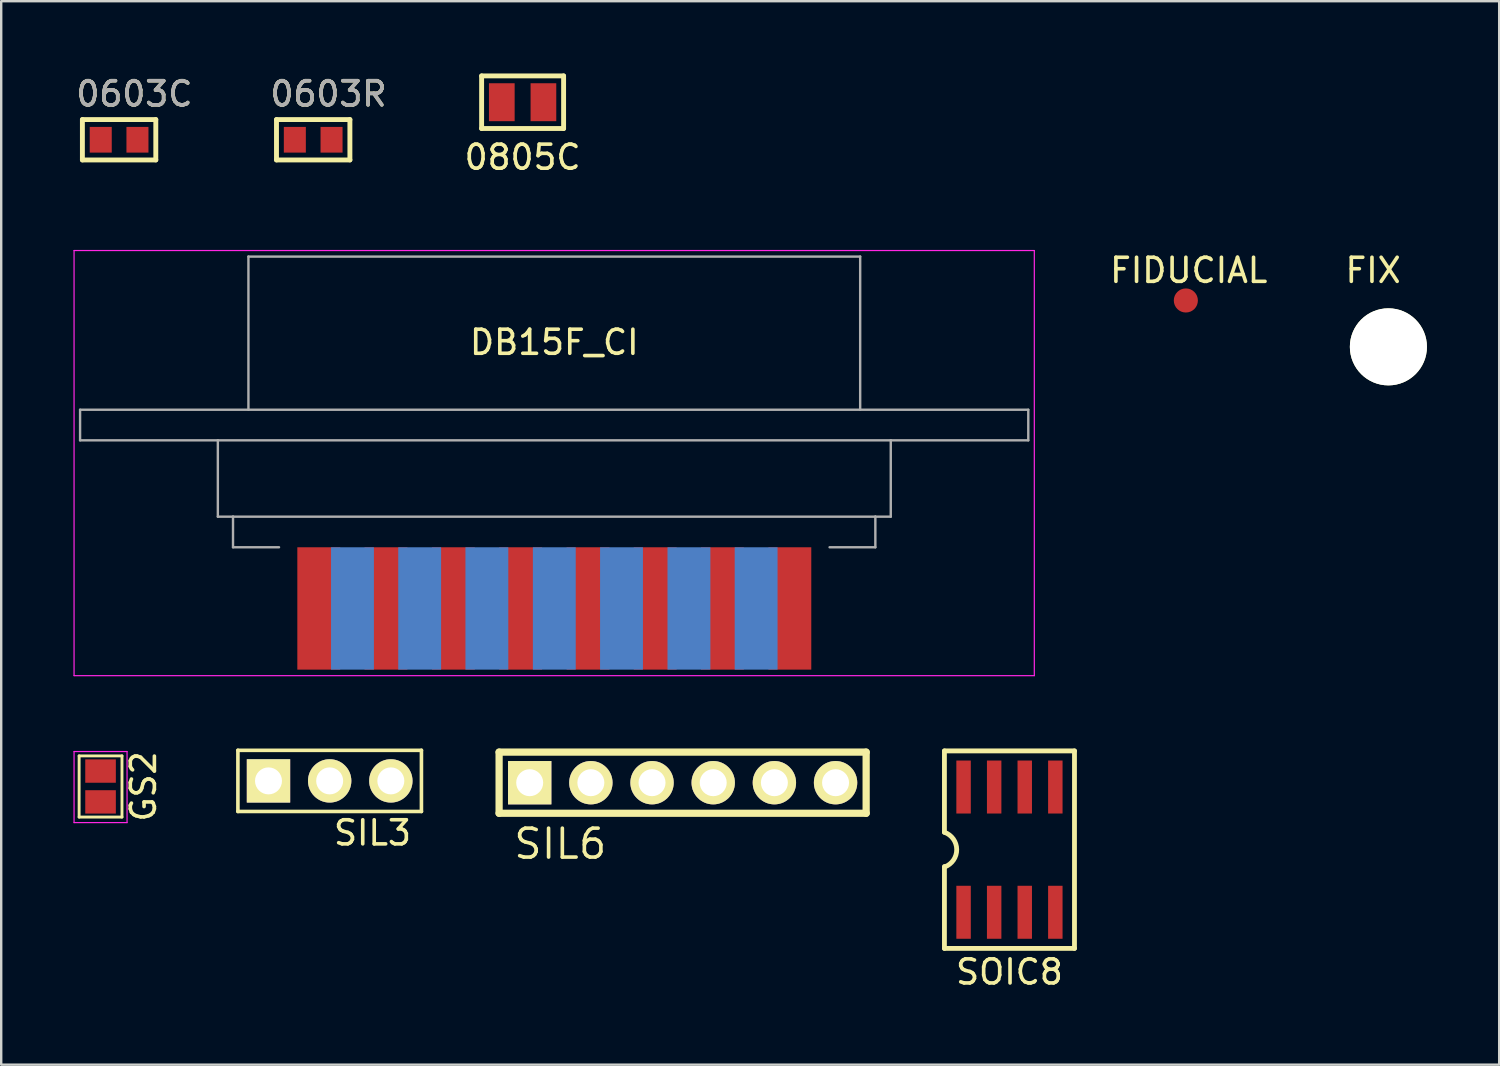
<source format=kicad_pcb>
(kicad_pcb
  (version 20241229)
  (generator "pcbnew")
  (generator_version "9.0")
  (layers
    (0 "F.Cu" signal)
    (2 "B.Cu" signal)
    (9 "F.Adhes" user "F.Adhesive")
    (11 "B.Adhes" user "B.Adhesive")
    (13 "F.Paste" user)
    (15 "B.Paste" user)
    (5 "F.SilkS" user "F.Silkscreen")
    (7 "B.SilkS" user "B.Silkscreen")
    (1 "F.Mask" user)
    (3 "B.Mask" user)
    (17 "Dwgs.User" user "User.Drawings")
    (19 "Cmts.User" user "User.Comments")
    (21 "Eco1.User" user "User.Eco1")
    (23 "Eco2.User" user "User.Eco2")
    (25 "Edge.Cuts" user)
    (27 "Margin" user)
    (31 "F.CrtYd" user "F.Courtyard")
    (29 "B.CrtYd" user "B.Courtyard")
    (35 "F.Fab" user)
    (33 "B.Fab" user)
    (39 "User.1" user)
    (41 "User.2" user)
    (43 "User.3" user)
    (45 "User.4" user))
  (footprint "SIL6"
    (layer "F.Cu")
    (at 18.943 29.448)
    (property "Reference" "SIL6" (at 1.27 2.54 0) (layer "F.SilkS") (effects (font (size 1.2 1.2) (thickness 0.15))))
    (attr through_hole)
    (fp_line (start -1.27 -1.27) (end 13.97 -1.27) (stroke (width 0.3) (type solid)) (layer "F.SilkS"))
    (fp_line (start -1.27 1.27) (end -1.27 -1.27) (stroke (width 0.3) (type solid)) (layer "F.SilkS"))
    (fp_line (start 13.97 -1.27) (end 13.97 1.27) (stroke (width 0.3) (type solid)) (layer "F.SilkS"))
    (fp_line (start 13.97 1.27) (end -1.27 1.27) (stroke (width 0.3) (type solid)) (layer "F.SilkS"))
    (pad "1" thru_hole rect (at 0 0) (size 1.8 1.8) (drill 1.12) (layers "*.Cu" "*.Mask" "F.SilkS"))
    (pad "2" thru_hole circle (at 2.54 0) (size 1.8 1.8) (drill 1.12) (layers "*.Cu" "*.Mask" "F.SilkS"))
    (pad "3" thru_hole circle (at 5.08 0) (size 1.8 1.8) (drill 1.12) (layers "*.Cu" "*.Mask" "F.SilkS"))
    (pad "4" thru_hole circle (at 7.62 0) (size 1.8 1.8) (drill 1.12) (layers "*.Cu" "*.Mask" "F.SilkS"))
    (pad "5" thru_hole circle (at 10.16 0) (size 1.8 1.8) (drill 1.12) (layers "*.Cu" "*.Mask" "F.SilkS"))
    (pad "6" thru_hole circle (at 12.7 0) (size 1.8 1.8) (drill 1.12) (layers "*.Cu" "*.Mask" "F.SilkS")))
  (footprint "FIX"
    (layer "F.Cu")
    (at 54.597 11.351)
    (property "Reference" "FIX" (at -0.635 -3.175 0) (layer "F.SilkS") (effects (font (size 1 1) (thickness 0.15))))
    (attr through_hole)
    (pad "" np_thru_hole circle (at 0 0) (size 3.2 3.2) (drill 3.2) (layers "*.Cu" "*.Mask" "F.SilkS")))
  (footprint "SIL3"
    (layer "F.Cu")
    (at 8.098 29.373)
    (property "Reference" "SIL3" (at 4.318 2.159 0) (layer "F.SilkS") (effects (font (size 1 1) (thickness 0.15))))
    (attr through_hole)
    (fp_line (start -1.27 -1.27) (end 6.35 -1.27) (stroke (width 0.15) (type solid)) (layer "F.SilkS"))
    (fp_line (start -1.27 1.27) (end -1.27 -1.27) (stroke (width 0.15) (type solid)) (layer "F.SilkS"))
    (fp_line (start 6.35 -1.27) (end 6.35 1.27) (stroke (width 0.15) (type solid)) (layer "F.SilkS"))
    (fp_line (start 6.35 1.27) (end -1.27 1.27) (stroke (width 0.15) (type solid)) (layer "F.SilkS"))
    (pad "1" thru_hole rect (at 0 0) (size 1.8 1.8) (drill 1.12) (layers "*.Cu" "*.Mask" "F.SilkS"))
    (pad "2" thru_hole circle (at 2.54 0) (size 1.8 1.8) (drill 1.12) (layers "*.Cu" "*.Mask" "F.SilkS"))
    (pad "3" thru_hole circle (at 5.08 0) (size 1.8 1.8) (drill 1.12) (layers "*.Cu" "*.Mask" "F.SilkS")))
  (footprint "0603C"
    (layer "F.Cu")
    (at 1.895 2.753)
    (property "Reference" "0603C" (at 0.635 -1.905 0) (layer "F.SilkS") (effects (font (size 1 1) (thickness 0.15))))
    (attr smd)
    (fp_line (start -1.524 -0.838) (end -1.524 0.838) (stroke (width 0.203) (type solid)) (layer "F.SilkS"))
    (fp_line (start -1.524 -0.838) (end 1.524 -0.838) (stroke (width 0.203) (type solid)) (layer "F.SilkS"))
    (fp_line (start -1.524 0.838) (end 1.524 0.838) (stroke (width 0.203) (type solid)) (layer "F.SilkS"))
    (fp_line (start 1.524 -0.838) (end 1.524 0.838) (stroke (width 0.203) (type solid)) (layer "F.SilkS"))
    (fp_text user "${REFERENCE}" (at 0.635 -1.905 0) (layer "F.Fab") (effects (font (size 1 1) (thickness 0.15))))
    (pad "1" smd rect (at -0.762 0) (size 0.914 1.067) (layers "F.Cu" "F.Mask" "F.Paste"))
    (pad "2" smd rect (at 0.762 0) (size 0.914 1.067) (layers "F.Cu" "F.Mask" "F.Paste")))
  (footprint "0603R"
    (layer "F.Cu")
    (at 9.954 2.753)
    (property "Reference" "0603R" (at 0.635 -1.905 0) (layer "F.SilkS") (effects (font (size 1 1) (thickness 0.15))))
    (attr smd)
    (fp_line (start -1.524 -0.838) (end -1.524 0.838) (stroke (width 0.203) (type solid)) (layer "F.SilkS"))
    (fp_line (start -1.524 -0.838) (end 1.524 -0.838) (stroke (width 0.203) (type solid)) (layer "F.SilkS"))
    (fp_line (start -1.524 0.838) (end 1.524 0.838) (stroke (width 0.203) (type solid)) (layer "F.SilkS"))
    (fp_line (start 1.524 -0.838) (end 1.524 0.838) (stroke (width 0.203) (type solid)) (layer "F.SilkS"))
    (fp_text user "${REFERENCE}" (at 0.635 -1.905 0) (layer "F.Fab") (effects (font (size 1 1) (thickness 0.15))))
    (pad "1" smd rect (at -0.762 0) (size 0.914 1.067) (layers "F.Cu" "F.Mask" "F.Paste"))
    (pad "2" smd rect (at 0.762 0) (size 0.914 1.067) (layers "F.Cu" "F.Mask" "F.Paste")))
  (footprint "DB15F_CI"
    (layer "F.Cu")
    (at 10.185 22.213)
    (property "Reference" "DB15F_CI" (at 9.78 -11.05 0) (layer "F.SilkS") (effects (font (size 1 1) (thickness 0.15))))
    (attr through_hole)
    (fp_line (start -10.16 -14.86) (end -10.16 2.79) (stroke (width 0.05) (type solid)) (layer "F.CrtYd"))
    (fp_line (start -10.16 -14.86) (end 29.71 -14.86) (stroke (width 0.05) (type solid)) (layer "F.CrtYd"))
    (fp_line (start 29.71 2.79) (end -10.16 2.79) (stroke (width 0.05) (type solid)) (layer "F.CrtYd"))
    (fp_line (start 29.71 2.79) (end 29.71 -14.86) (stroke (width 0.05) (type solid)) (layer "F.CrtYd"))
    (fp_line (start -9.91 -8.25) (end 29.46 -8.25) (stroke (width 0.1) (type solid)) (layer "F.Fab"))
    (fp_line (start -9.91 -6.98) (end -9.91 -8.25) (stroke (width 0.1) (type solid)) (layer "F.Fab"))
    (fp_line (start -4.19 -6.98) (end -9.91 -6.98) (stroke (width 0.1) (type solid)) (layer "F.Fab"))
    (fp_line (start -4.19 -6.98) (end 23.75 -6.98) (stroke (width 0.1) (type solid)) (layer "F.Fab"))
    (fp_line (start -4.19 -3.81) (end -4.19 -6.98) (stroke (width 0.1) (type solid)) (layer "F.Fab"))
    (fp_line (start -3.56 -3.81) (end -4.19 -3.81) (stroke (width 0.1) (type solid)) (layer "F.Fab"))
    (fp_line (start -3.56 -3.81) (end 23.11 -3.81) (stroke (width 0.1) (type solid)) (layer "F.Fab"))
    (fp_line (start -3.56 -2.54) (end -3.56 -3.81) (stroke (width 0.1) (type solid)) (layer "F.Fab"))
    (fp_line (start -2.92 -14.61) (end 22.48 -14.61) (stroke (width 0.1) (type solid)) (layer "F.Fab"))
    (fp_line (start -2.92 -8.25) (end -2.92 -14.61) (stroke (width 0.1) (type solid)) (layer "F.Fab"))
    (fp_line (start -1.65 -2.54) (end -3.56 -2.54) (stroke (width 0.1) (type solid)) (layer "F.Fab"))
    (fp_line (start 22.48 -14.61) (end 22.48 -8.25) (stroke (width 0.1) (type solid)) (layer "F.Fab"))
    (fp_line (start 23.11 -3.81) (end 23.11 -2.54) (stroke (width 0.1) (type solid)) (layer "F.Fab"))
    (fp_line (start 23.11 -2.54) (end 21.21 -2.54) (stroke (width 0.1) (type solid)) (layer "F.Fab"))
    (fp_line (start 23.75 -6.98) (end 23.75 -3.81) (stroke (width 0.1) (type solid)) (layer "F.Fab"))
    (fp_line (start 23.75 -3.81) (end 23.11 -3.81) (stroke (width 0.1) (type solid)) (layer "F.Fab"))
    (fp_line (start 29.46 -8.25) (end 29.46 -6.98) (stroke (width 0.1) (type solid)) (layer "F.Fab"))
    (fp_line (start 29.46 -6.98) (end 23.75 -6.98) (stroke (width 0.1) (type solid)) (layer "F.Fab"))
    (pad "1" connect rect (at 0 0) (size 1.78 5.08) (layers "F.Cu" "F.Mask"))
    (pad "2" connect rect (at 2.79 0) (size 1.78 5.08) (layers "F.Cu" "F.Mask"))
    (pad "3" connect rect (at 5.59 0) (size 1.78 5.08) (layers "F.Cu" "F.Mask"))
    (pad "4" connect rect (at 8.38 0) (size 1.78 5.08) (layers "F.Cu" "F.Mask"))
    (pad "5" connect rect (at 11.18 0) (size 1.78 5.08) (layers "F.Cu" "F.Mask"))
    (pad "6" connect rect (at 13.97 0) (size 1.78 5.08) (layers "F.Cu" "F.Mask"))
    (pad "7" connect rect (at 16.76 0) (size 1.78 5.08) (layers "F.Cu" "F.Mask"))
    (pad "8" connect rect (at 19.56 0) (size 1.78 5.08) (layers "F.Cu" "F.Mask"))
    (pad "9" connect rect (at 1.4 0) (size 1.78 5.08) (layers "B.Cu" "B.Mask"))
    (pad "10" connect rect (at 4.19 0) (size 1.78 5.08) (layers "B.Cu" "B.Mask"))
    (pad "11" connect rect (at 6.98 0) (size 1.78 5.08) (layers "B.Cu" "B.Mask"))
    (pad "12" connect rect (at 9.78 0) (size 1.78 5.08) (layers "B.Cu" "B.Mask"))
    (pad "13" connect rect (at 12.57 0) (size 1.78 5.08) (layers "B.Cu" "B.Mask"))
    (pad "14" connect rect (at 15.37 0) (size 1.78 5.08) (layers "B.Cu" "B.Mask"))
    (pad "15" connect rect (at 18.16 0) (size 1.78 5.08) (layers "B.Cu" "B.Mask")))
  (footprint "FIDUCIAL"
    (layer "F.Cu")
    (at 46.187 9.426)
    (property "Reference" "FIDUCIAL" (at 0.12 -1.25 0) (layer "F.SilkS") (effects (font (size 1 1) (thickness 0.15))))
    (attr through_hole)
    (pad "" smd circle (at 0 0) (size 1 1) (layers "F.Cu" "F.Mask")))
  (footprint "GS2"
    (layer "F.Cu")
    (at 1.125 29.605)
    (property "Reference" "GS2" (at 1.78 0 90) (layer "F.SilkS") (effects (font (size 1 1) (thickness 0.15))))
    (attr smd)
    (fp_line (start -0.89 -1.27) (end -0.89 1.27) (stroke (width 0.12) (type solid)) (layer "F.SilkS"))
    (fp_line (start -0.89 -1.27) (end 0.89 -1.27) (stroke (width 0.12) (type solid)) (layer "F.SilkS"))
    (fp_line (start 0.89 1.27) (end -0.89 1.27) (stroke (width 0.12) (type solid)) (layer "F.SilkS"))
    (fp_line (start 0.89 1.27) (end 0.89 -1.27) (stroke (width 0.12) (type solid)) (layer "F.SilkS"))
    (fp_line (start -1.1 -1.45) (end 1.1 -1.45) (stroke (width 0.05) (type solid)) (layer "F.CrtYd"))
    (fp_line (start -1.1 1.5) (end -1.1 -1.45) (stroke (width 0.05) (type solid)) (layer "F.CrtYd"))
    (fp_line (start 1.1 -1.45) (end 1.1 1.5) (stroke (width 0.05) (type solid)) (layer "F.CrtYd"))
    (fp_line (start 1.1 1.5) (end -1.1 1.5) (stroke (width 0.05) (type solid)) (layer "F.CrtYd"))
    (pad "1" smd rect (at 0 -0.64) (size 1.27 0.97) (layers "F.Cu" "F.Mask" "F.Paste"))
    (pad "2" smd rect (at 0 0.64) (size 1.27 0.97) (layers "F.Cu" "F.Mask" "F.Paste")))
  (footprint "SOIC8"
    (layer "F.Cu")
    (at 38.863 32.228)
    (property "Reference" "SOIC8" (at 0 5.08 0) (layer "F.SilkS") (effects (font (size 1 1) (thickness 0.15))))
    (attr through_hole)
    (fp_line (start -2.7 -4.1) (end -2.7 -0.722) (stroke (width 0.2) (type solid)) (layer "F.SilkS"))
    (fp_line (start -2.7 -4.1) (end 2.7 -4.1) (stroke (width 0.2) (type solid)) (layer "F.SilkS"))
    (fp_line (start -2.7 0.7) (end -2.7 4.1) (stroke (width 0.2) (type solid)) (layer "F.SilkS"))
    (fp_line (start -2.7 4.1) (end 2.7 4.1) (stroke (width 0.2) (type solid)) (layer "F.SilkS"))
    (fp_line (start 2.7 -4.1) (end 2.7 4.1) (stroke (width 0.2) (type solid)) (layer "F.SilkS"))
    (fp_arc (start -2.7 -0.722) (mid -2.189985 -0.006377) (end -2.688015 0.717638) (stroke (width 0.2) (type solid)) (layer "F.SilkS"))
    (pad "1" smd rect (at -1.905 2.6 90) (size 2.2 0.6) (layers "F.Cu" "F.Mask" "F.Paste"))
    (pad "2" smd rect (at -0.635 2.6 90) (size 2.2 0.6) (layers "F.Cu" "F.Mask" "F.Paste"))
    (pad "3" smd rect (at 0.635 2.6 90) (size 2.2 0.6) (layers "F.Cu" "F.Mask" "F.Paste"))
    (pad "4" smd rect (at 1.905 2.6 90) (size 2.2 0.6) (layers "F.Cu" "F.Mask" "F.Paste"))
    (pad "5" smd rect (at 1.905 -2.6 90) (size 2.2 0.6) (layers "F.Cu" "F.Mask" "F.Paste"))
    (pad "6" smd rect (at 0.635 -2.6 90) (size 2.2 0.6) (layers "F.Cu" "F.Mask" "F.Paste"))
    (pad "7" smd rect (at -0.635 -2.6 90) (size 2.2 0.6) (layers "F.Cu" "F.Mask" "F.Paste"))
    (pad "8" smd rect (at -1.905 -2.6 90) (size 2.2 0.6) (layers "F.Cu" "F.Mask" "F.Paste")))
  (footprint "0805C"
    (layer "F.Cu")
    (at 18.649 1.194)
    (property "Reference" "0805C" (at 0 2.286 0) (layer "F.SilkS") (effects (font (size 1 1) (thickness 0.15))))
    (attr through_hole)
    (fp_line (start -1.702 -1.092) (end -1.702 1.092) (stroke (width 0.203) (type solid)) (layer "F.SilkS"))
    (fp_line (start -1.702 -1.092) (end 1.702 -1.092) (stroke (width 0.203) (type solid)) (layer "F.SilkS"))
    (fp_line (start -1.702 1.092) (end 1.702 1.092) (stroke (width 0.203) (type solid)) (layer "F.SilkS"))
    (fp_line (start 1.702 -1.092) (end 1.702 1.092) (stroke (width 0.203) (type solid)) (layer "F.SilkS"))
    (pad "1" smd rect (at -0.864 0) (size 1.067 1.575) (layers "F.Cu" "F.Mask" "F.Paste"))
    (pad "2" smd rect (at 0.864 0) (size 1.067 1.575) (layers "F.Cu" "F.Mask" "F.Paste")))
  (gr_rect
    (start -3 -3)
    (end 59.197 41.156)
    (stroke (width 0.1) (type default))
    (fill no)
    (layer "Edge.Cuts")))
</source>
